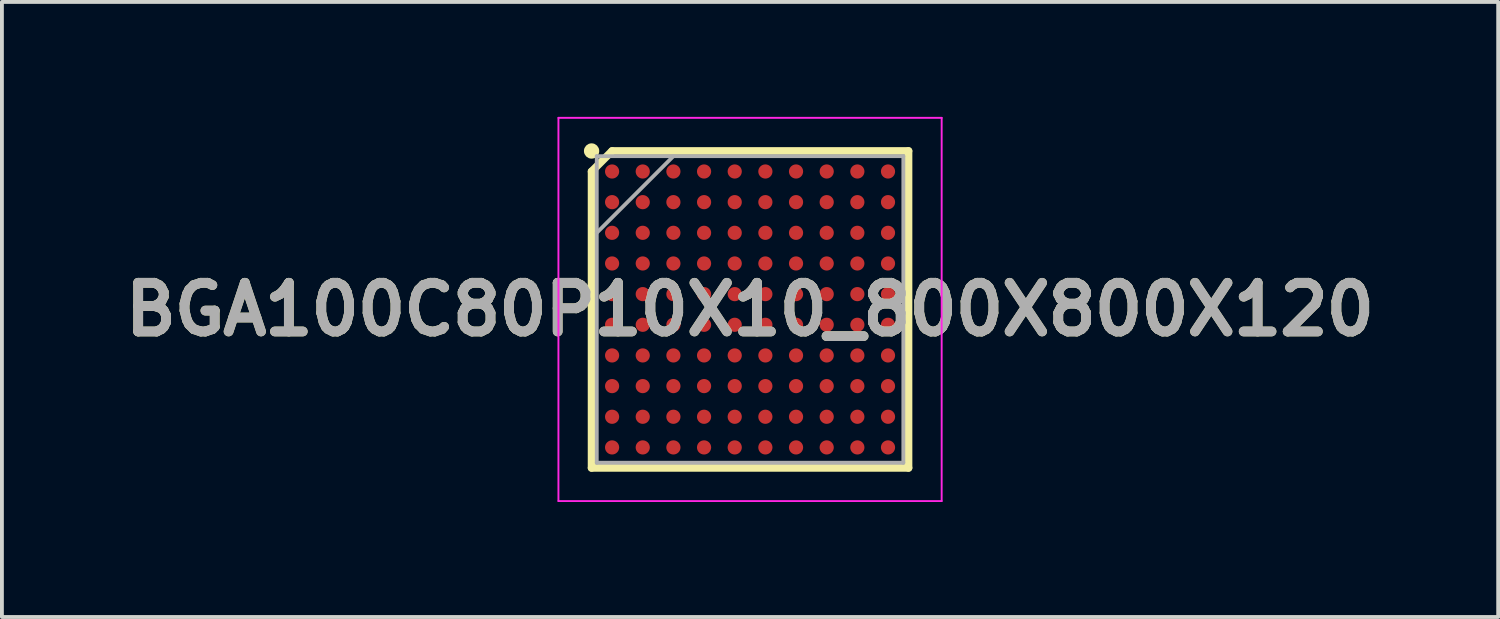
<source format=kicad_pcb>
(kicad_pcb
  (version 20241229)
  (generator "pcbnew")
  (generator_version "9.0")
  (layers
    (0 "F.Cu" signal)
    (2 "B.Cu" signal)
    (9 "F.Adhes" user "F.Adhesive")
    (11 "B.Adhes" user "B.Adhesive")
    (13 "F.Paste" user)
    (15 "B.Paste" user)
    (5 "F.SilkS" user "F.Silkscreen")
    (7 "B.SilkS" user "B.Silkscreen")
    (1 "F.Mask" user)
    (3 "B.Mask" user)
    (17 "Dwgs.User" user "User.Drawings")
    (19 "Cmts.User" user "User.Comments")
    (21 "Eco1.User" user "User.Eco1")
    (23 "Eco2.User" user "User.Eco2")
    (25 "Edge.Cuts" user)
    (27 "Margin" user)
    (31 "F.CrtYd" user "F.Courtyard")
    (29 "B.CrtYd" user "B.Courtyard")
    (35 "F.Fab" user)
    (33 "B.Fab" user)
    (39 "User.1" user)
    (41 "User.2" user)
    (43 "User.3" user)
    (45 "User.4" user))
  (footprint "BGA100C80P10X10_800X800X120"
    (layer "F.Cu")
    (at 16.522 5.025)
    (property "Reference" "BGA100C80P10X10_800X800X120" (at 0 0 0) (layer "F.SilkS") (effects (font (size 1.27 1.27) (thickness 0.254))))
    (attr smd)
    (fp_line (start -4.135 -3.6) (end -3.6 -4.135) (stroke (width 0.2) (type solid)) (layer "F.SilkS"))
    (fp_line (start -4.135 4.135) (end -4.135 -3.6) (stroke (width 0.2) (type solid)) (layer "F.SilkS"))
    (fp_line (start -3.6 -4.135) (end 4.135 -4.135) (stroke (width 0.2) (type solid)) (layer "F.SilkS"))
    (fp_line (start 4.135 -4.135) (end 4.135 4.135) (stroke (width 0.2) (type solid)) (layer "F.SilkS"))
    (fp_line (start 4.135 4.135) (end -4.135 4.135) (stroke (width 0.2) (type solid)) (layer "F.SilkS"))
    (fp_circle (center -4.135 -4.135) (end -4.135 -4.035) (stroke (width 0.2) (type solid)) (fill no) (layer "F.SilkS"))
    (fp_line (start -5 -5) (end 5 -5) (stroke (width 0.05) (type solid)) (layer "F.CrtYd"))
    (fp_line (start -5 5) (end -5 -5) (stroke (width 0.05) (type solid)) (layer "F.CrtYd"))
    (fp_line (start 5 -5) (end 5 5) (stroke (width 0.05) (type solid)) (layer "F.CrtYd"))
    (fp_line (start 5 5) (end -5 5) (stroke (width 0.05) (type solid)) (layer "F.CrtYd"))
    (fp_line (start -4 -4) (end 4 -4) (stroke (width 0.1) (type solid)) (layer "F.Fab"))
    (fp_line (start -4 -2) (end -2 -4) (stroke (width 0.1) (type solid)) (layer "F.Fab"))
    (fp_line (start -4 4) (end -4 -4) (stroke (width 0.1) (type solid)) (layer "F.Fab"))
    (fp_line (start 4 -4) (end 4 4) (stroke (width 0.1) (type solid)) (layer "F.Fab"))
    (fp_line (start 4 4) (end -4 4) (stroke (width 0.1) (type solid)) (layer "F.Fab"))
    (fp_text user "${REFERENCE}" (at 0 0 0) (layer "F.Fab") (effects (font (size 1.27 1.27) (thickness 0.254))))
    (pad "A1" smd circle (at -3.6 -3.6 90) (size 0.37 0.37) (layers "F.Cu" "F.Mask" "F.Paste"))
    (pad "A2" smd circle (at -2.8 -3.6 90) (size 0.37 0.37) (layers "F.Cu" "F.Mask" "F.Paste"))
    (pad "A3" smd circle (at -2 -3.6 90) (size 0.37 0.37) (layers "F.Cu" "F.Mask" "F.Paste"))
    (pad "A4" smd circle (at -1.2 -3.6 90) (size 0.37 0.37) (layers "F.Cu" "F.Mask" "F.Paste"))
    (pad "A5" smd circle (at -0.4 -3.6 90) (size 0.37 0.37) (layers "F.Cu" "F.Mask" "F.Paste"))
    (pad "A6" smd circle (at 0.4 -3.6 90) (size 0.37 0.37) (layers "F.Cu" "F.Mask" "F.Paste"))
    (pad "A7" smd circle (at 1.2 -3.6 90) (size 0.37 0.37) (layers "F.Cu" "F.Mask" "F.Paste"))
    (pad "A8" smd circle (at 2 -3.6 90) (size 0.37 0.37) (layers "F.Cu" "F.Mask" "F.Paste"))
    (pad "A9" smd circle (at 2.8 -3.6 90) (size 0.37 0.37) (layers "F.Cu" "F.Mask" "F.Paste"))
    (pad "A10" smd circle (at 3.6 -3.6 90) (size 0.37 0.37) (layers "F.Cu" "F.Mask" "F.Paste"))
    (pad "B1" smd circle (at -3.6 -2.8 90) (size 0.37 0.37) (layers "F.Cu" "F.Mask" "F.Paste"))
    (pad "B2" smd circle (at -2.8 -2.8 90) (size 0.37 0.37) (layers "F.Cu" "F.Mask" "F.Paste"))
    (pad "B3" smd circle (at -2 -2.8 90) (size 0.37 0.37) (layers "F.Cu" "F.Mask" "F.Paste"))
    (pad "B4" smd circle (at -1.2 -2.8 90) (size 0.37 0.37) (layers "F.Cu" "F.Mask" "F.Paste"))
    (pad "B5" smd circle (at -0.4 -2.8 90) (size 0.37 0.37) (layers "F.Cu" "F.Mask" "F.Paste"))
    (pad "B6" smd circle (at 0.4 -2.8 90) (size 0.37 0.37) (layers "F.Cu" "F.Mask" "F.Paste"))
    (pad "B7" smd circle (at 1.2 -2.8 90) (size 0.37 0.37) (layers "F.Cu" "F.Mask" "F.Paste"))
    (pad "B8" smd circle (at 2 -2.8 90) (size 0.37 0.37) (layers "F.Cu" "F.Mask" "F.Paste"))
    (pad "B9" smd circle (at 2.8 -2.8 90) (size 0.37 0.37) (layers "F.Cu" "F.Mask" "F.Paste"))
    (pad "B10" smd circle (at 3.6 -2.8 90) (size 0.37 0.37) (layers "F.Cu" "F.Mask" "F.Paste"))
    (pad "C1" smd circle (at -3.6 -2 90) (size 0.37 0.37) (layers "F.Cu" "F.Mask" "F.Paste"))
    (pad "C2" smd circle (at -2.8 -2 90) (size 0.37 0.37) (layers "F.Cu" "F.Mask" "F.Paste"))
    (pad "C3" smd circle (at -2 -2 90) (size 0.37 0.37) (layers "F.Cu" "F.Mask" "F.Paste"))
    (pad "C4" smd circle (at -1.2 -2 90) (size 0.37 0.37) (layers "F.Cu" "F.Mask" "F.Paste"))
    (pad "C5" smd circle (at -0.4 -2 90) (size 0.37 0.37) (layers "F.Cu" "F.Mask" "F.Paste"))
    (pad "C6" smd circle (at 0.4 -2 90) (size 0.37 0.37) (layers "F.Cu" "F.Mask" "F.Paste"))
    (pad "C7" smd circle (at 1.2 -2 90) (size 0.37 0.37) (layers "F.Cu" "F.Mask" "F.Paste"))
    (pad "C8" smd circle (at 2 -2 90) (size 0.37 0.37) (layers "F.Cu" "F.Mask" "F.Paste"))
    (pad "C9" smd circle (at 2.8 -2 90) (size 0.37 0.37) (layers "F.Cu" "F.Mask" "F.Paste"))
    (pad "C10" smd circle (at 3.6 -2 90) (size 0.37 0.37) (layers "F.Cu" "F.Mask" "F.Paste"))
    (pad "D1" smd circle (at -3.6 -1.2 90) (size 0.37 0.37) (layers "F.Cu" "F.Mask" "F.Paste"))
    (pad "D2" smd circle (at -2.8 -1.2 90) (size 0.37 0.37) (layers "F.Cu" "F.Mask" "F.Paste"))
    (pad "D3" smd circle (at -2 -1.2 90) (size 0.37 0.37) (layers "F.Cu" "F.Mask" "F.Paste"))
    (pad "D4" smd circle (at -1.2 -1.2 90) (size 0.37 0.37) (layers "F.Cu" "F.Mask" "F.Paste"))
    (pad "D5" smd circle (at -0.4 -1.2 90) (size 0.37 0.37) (layers "F.Cu" "F.Mask" "F.Paste"))
    (pad "D6" smd circle (at 0.4 -1.2 90) (size 0.37 0.37) (layers "F.Cu" "F.Mask" "F.Paste"))
    (pad "D7" smd circle (at 1.2 -1.2 90) (size 0.37 0.37) (layers "F.Cu" "F.Mask" "F.Paste"))
    (pad "D8" smd circle (at 2 -1.2 90) (size 0.37 0.37) (layers "F.Cu" "F.Mask" "F.Paste"))
    (pad "D9" smd circle (at 2.8 -1.2 90) (size 0.37 0.37) (layers "F.Cu" "F.Mask" "F.Paste"))
    (pad "D10" smd circle (at 3.6 -1.2 90) (size 0.37 0.37) (layers "F.Cu" "F.Mask" "F.Paste"))
    (pad "E1" smd circle (at -3.6 -0.4 90) (size 0.37 0.37) (layers "F.Cu" "F.Mask" "F.Paste"))
    (pad "E2" smd circle (at -2.8 -0.4 90) (size 0.37 0.37) (layers "F.Cu" "F.Mask" "F.Paste"))
    (pad "E3" smd circle (at -2 -0.4 90) (size 0.37 0.37) (layers "F.Cu" "F.Mask" "F.Paste"))
    (pad "E4" smd circle (at -1.2 -0.4 90) (size 0.37 0.37) (layers "F.Cu" "F.Mask" "F.Paste"))
    (pad "E5" smd circle (at -0.4 -0.4 90) (size 0.37 0.37) (layers "F.Cu" "F.Mask" "F.Paste"))
    (pad "E6" smd circle (at 0.4 -0.4 90) (size 0.37 0.37) (layers "F.Cu" "F.Mask" "F.Paste"))
    (pad "E7" smd circle (at 1.2 -0.4 90) (size 0.37 0.37) (layers "F.Cu" "F.Mask" "F.Paste"))
    (pad "E8" smd circle (at 2 -0.4 90) (size 0.37 0.37) (layers "F.Cu" "F.Mask" "F.Paste"))
    (pad "E9" smd circle (at 2.8 -0.4 90) (size 0.37 0.37) (layers "F.Cu" "F.Mask" "F.Paste"))
    (pad "E10" smd circle (at 3.6 -0.4 90) (size 0.37 0.37) (layers "F.Cu" "F.Mask" "F.Paste"))
    (pad "F1" smd circle (at -3.6 0.4 90) (size 0.37 0.37) (layers "F.Cu" "F.Mask" "F.Paste"))
    (pad "F2" smd circle (at -2.8 0.4 90) (size 0.37 0.37) (layers "F.Cu" "F.Mask" "F.Paste"))
    (pad "F3" smd circle (at -2 0.4 90) (size 0.37 0.37) (layers "F.Cu" "F.Mask" "F.Paste"))
    (pad "F4" smd circle (at -1.2 0.4 90) (size 0.37 0.37) (layers "F.Cu" "F.Mask" "F.Paste"))
    (pad "F5" smd circle (at -0.4 0.4 90) (size 0.37 0.37) (layers "F.Cu" "F.Mask" "F.Paste"))
    (pad "F6" smd circle (at 0.4 0.4 90) (size 0.37 0.37) (layers "F.Cu" "F.Mask" "F.Paste"))
    (pad "F7" smd circle (at 1.2 0.4 90) (size 0.37 0.37) (layers "F.Cu" "F.Mask" "F.Paste"))
    (pad "F8" smd circle (at 2 0.4 90) (size 0.37 0.37) (layers "F.Cu" "F.Mask" "F.Paste"))
    (pad "F9" smd circle (at 2.8 0.4 90) (size 0.37 0.37) (layers "F.Cu" "F.Mask" "F.Paste"))
    (pad "F10" smd circle (at 3.6 0.4 90) (size 0.37 0.37) (layers "F.Cu" "F.Mask" "F.Paste"))
    (pad "G1" smd circle (at -3.6 1.2 90) (size 0.37 0.37) (layers "F.Cu" "F.Mask" "F.Paste"))
    (pad "G2" smd circle (at -2.8 1.2 90) (size 0.37 0.37) (layers "F.Cu" "F.Mask" "F.Paste"))
    (pad "G3" smd circle (at -2 1.2 90) (size 0.37 0.37) (layers "F.Cu" "F.Mask" "F.Paste"))
    (pad "G4" smd circle (at -1.2 1.2 90) (size 0.37 0.37) (layers "F.Cu" "F.Mask" "F.Paste"))
    (pad "G5" smd circle (at -0.4 1.2 90) (size 0.37 0.37) (layers "F.Cu" "F.Mask" "F.Paste"))
    (pad "G6" smd circle (at 0.4 1.2 90) (size 0.37 0.37) (layers "F.Cu" "F.Mask" "F.Paste"))
    (pad "G7" smd circle (at 1.2 1.2 90) (size 0.37 0.37) (layers "F.Cu" "F.Mask" "F.Paste"))
    (pad "G8" smd circle (at 2 1.2 90) (size 0.37 0.37) (layers "F.Cu" "F.Mask" "F.Paste"))
    (pad "G9" smd circle (at 2.8 1.2 90) (size 0.37 0.37) (layers "F.Cu" "F.Mask" "F.Paste"))
    (pad "G10" smd circle (at 3.6 1.2 90) (size 0.37 0.37) (layers "F.Cu" "F.Mask" "F.Paste"))
    (pad "H1" smd circle (at -3.6 2 90) (size 0.37 0.37) (layers "F.Cu" "F.Mask" "F.Paste"))
    (pad "H2" smd circle (at -2.8 2 90) (size 0.37 0.37) (layers "F.Cu" "F.Mask" "F.Paste"))
    (pad "H3" smd circle (at -2 2 90) (size 0.37 0.37) (layers "F.Cu" "F.Mask" "F.Paste"))
    (pad "H4" smd circle (at -1.2 2 90) (size 0.37 0.37) (layers "F.Cu" "F.Mask" "F.Paste"))
    (pad "H5" smd circle (at -0.4 2 90) (size 0.37 0.37) (layers "F.Cu" "F.Mask" "F.Paste"))
    (pad "H6" smd circle (at 0.4 2 90) (size 0.37 0.37) (layers "F.Cu" "F.Mask" "F.Paste"))
    (pad "H7" smd circle (at 1.2 2 90) (size 0.37 0.37) (layers "F.Cu" "F.Mask" "F.Paste"))
    (pad "H8" smd circle (at 2 2 90) (size 0.37 0.37) (layers "F.Cu" "F.Mask" "F.Paste"))
    (pad "H9" smd circle (at 2.8 2 90) (size 0.37 0.37) (layers "F.Cu" "F.Mask" "F.Paste"))
    (pad "H10" smd circle (at 3.6 2 90) (size 0.37 0.37) (layers "F.Cu" "F.Mask" "F.Paste"))
    (pad "J1" smd circle (at -3.6 2.8 90) (size 0.37 0.37) (layers "F.Cu" "F.Mask" "F.Paste"))
    (pad "J2" smd circle (at -2.8 2.8 90) (size 0.37 0.37) (layers "F.Cu" "F.Mask" "F.Paste"))
    (pad "J3" smd circle (at -2 2.8 90) (size 0.37 0.37) (layers "F.Cu" "F.Mask" "F.Paste"))
    (pad "J4" smd circle (at -1.2 2.8 90) (size 0.37 0.37) (layers "F.Cu" "F.Mask" "F.Paste"))
    (pad "J5" smd circle (at -0.4 2.8 90) (size 0.37 0.37) (layers "F.Cu" "F.Mask" "F.Paste"))
    (pad "J6" smd circle (at 0.4 2.8 90) (size 0.37 0.37) (layers "F.Cu" "F.Mask" "F.Paste"))
    (pad "J7" smd circle (at 1.2 2.8 90) (size 0.37 0.37) (layers "F.Cu" "F.Mask" "F.Paste"))
    (pad "J8" smd circle (at 2 2.8 90) (size 0.37 0.37) (layers "F.Cu" "F.Mask" "F.Paste"))
    (pad "J9" smd circle (at 2.8 2.8 90) (size 0.37 0.37) (layers "F.Cu" "F.Mask" "F.Paste"))
    (pad "J10" smd circle (at 3.6 2.8 90) (size 0.37 0.37) (layers "F.Cu" "F.Mask" "F.Paste"))
    (pad "K1" smd circle (at -3.6 3.6 90) (size 0.37 0.37) (layers "F.Cu" "F.Mask" "F.Paste"))
    (pad "K2" smd circle (at -2.8 3.6 90) (size 0.37 0.37) (layers "F.Cu" "F.Mask" "F.Paste"))
    (pad "K3" smd circle (at -2 3.6 90) (size 0.37 0.37) (layers "F.Cu" "F.Mask" "F.Paste"))
    (pad "K4" smd circle (at -1.2 3.6 90) (size 0.37 0.37) (layers "F.Cu" "F.Mask" "F.Paste"))
    (pad "K5" smd circle (at -0.4 3.6 90) (size 0.37 0.37) (layers "F.Cu" "F.Mask" "F.Paste"))
    (pad "K6" smd circle (at 0.4 3.6 90) (size 0.37 0.37) (layers "F.Cu" "F.Mask" "F.Paste"))
    (pad "K7" smd circle (at 1.2 3.6 90) (size 0.37 0.37) (layers "F.Cu" "F.Mask" "F.Paste"))
    (pad "K8" smd circle (at 2 3.6 90) (size 0.37 0.37) (layers "F.Cu" "F.Mask" "F.Paste"))
    (pad "K9" smd circle (at 2.8 3.6 90) (size 0.37 0.37) (layers "F.Cu" "F.Mask" "F.Paste"))
    (pad "K10" smd circle (at 3.6 3.6 90) (size 0.37 0.37) (layers "F.Cu" "F.Mask" "F.Paste")))
  (gr_rect
    (start -3 -3)
    (end 36.044 13.05)
    (stroke (width 0.1) (type default))
    (fill no)
    (layer "Edge.Cuts")))
</source>
